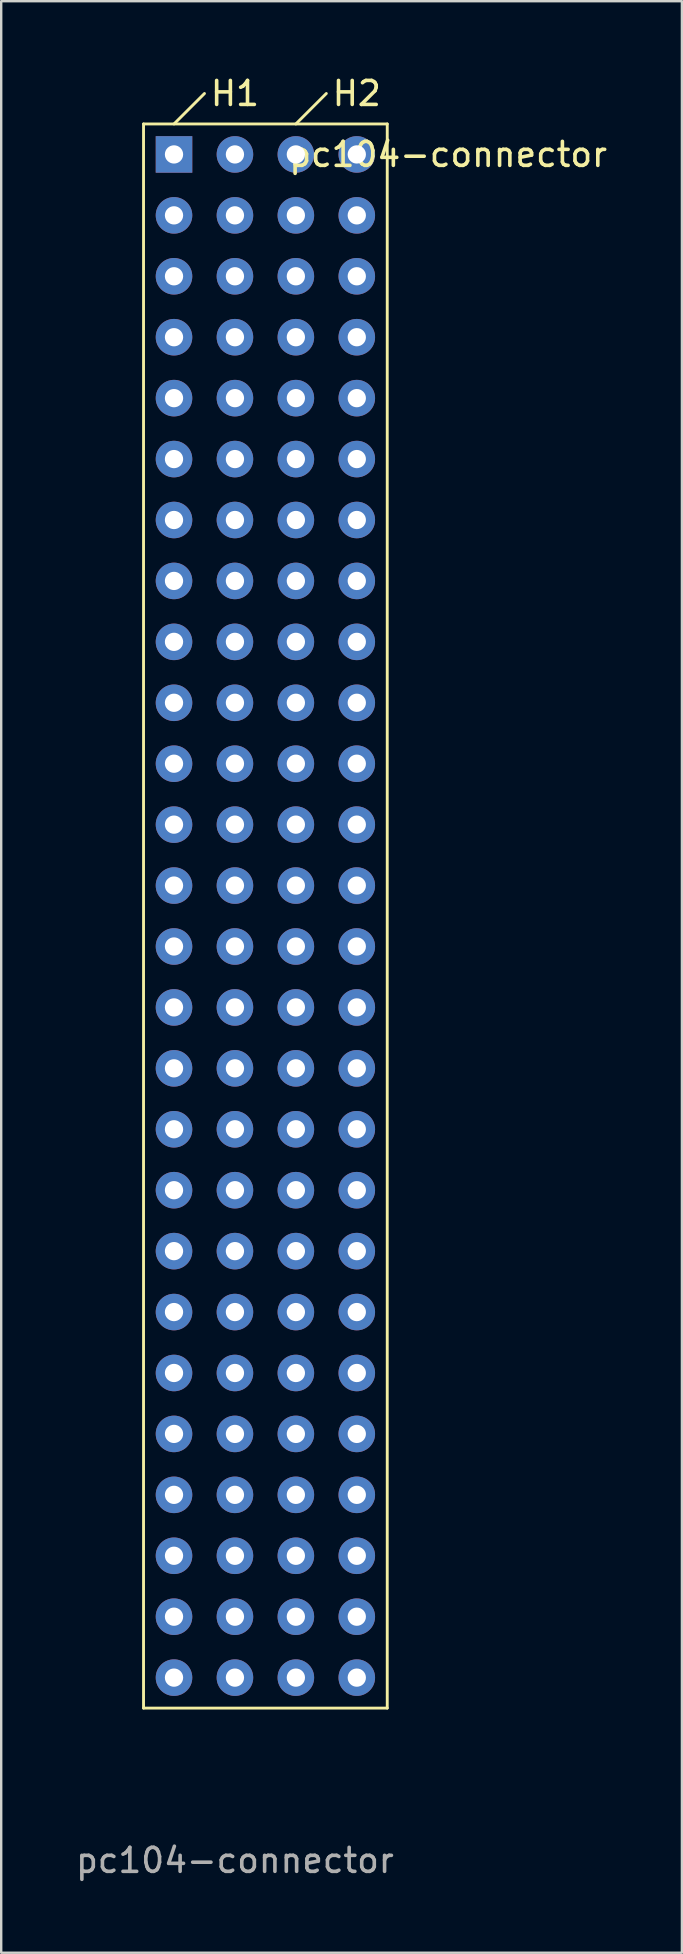
<source format=kicad_pcb>
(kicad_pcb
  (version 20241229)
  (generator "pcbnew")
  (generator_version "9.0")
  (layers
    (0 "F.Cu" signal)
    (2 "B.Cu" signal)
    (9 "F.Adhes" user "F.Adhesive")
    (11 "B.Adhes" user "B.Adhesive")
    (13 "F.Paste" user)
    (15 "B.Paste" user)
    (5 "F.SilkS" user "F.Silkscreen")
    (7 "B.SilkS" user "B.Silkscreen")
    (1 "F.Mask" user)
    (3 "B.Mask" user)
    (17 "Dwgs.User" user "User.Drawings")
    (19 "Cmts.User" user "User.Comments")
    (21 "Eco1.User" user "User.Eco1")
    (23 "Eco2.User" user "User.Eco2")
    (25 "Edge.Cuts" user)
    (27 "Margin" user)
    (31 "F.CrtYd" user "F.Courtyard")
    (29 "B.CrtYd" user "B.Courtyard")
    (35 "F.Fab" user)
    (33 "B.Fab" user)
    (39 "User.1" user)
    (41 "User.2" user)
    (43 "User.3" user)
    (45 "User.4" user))
  (footprint "pc104-connector"
    (layer "F.Cu")
    (at 6.744 33.868)
    (property "Reference" "pc104-connector" (at 8.89 -30.48 0) (unlocked yes) (layer "F.SilkS") (effects (font (size 1 1) (thickness 0.15))))
    (attr through_hole)
    (fp_line (start -3.81 -31.75) (end -3.81 34.29) (stroke (width 0.12) (type solid)) (layer "F.SilkS"))
    (fp_line (start -3.81 34.29) (end 6.35 34.29) (stroke (width 0.12) (type solid)) (layer "F.SilkS"))
    (fp_line (start -2.54 -31.75) (end -1.27 -33.02) (stroke (width 0.12) (type solid)) (layer "F.SilkS"))
    (fp_line (start 2.54 -31.75) (end 3.81 -33.02) (stroke (width 0.12) (type solid)) (layer "F.SilkS"))
    (fp_line (start 6.35 -31.75) (end -3.81 -31.75) (stroke (width 0.12) (type solid)) (layer "F.SilkS"))
    (fp_line (start 6.35 34.29) (end 6.35 -31.75) (stroke (width 0.12) (type solid)) (layer "F.SilkS"))
    (fp_text user "H1" (at 0 -33.02 0) (unlocked yes) (layer "F.SilkS") (effects (font (size 1 1) (thickness 0.15))))
    (fp_text user "H2" (at 5.08 -33.02 0) (unlocked yes) (layer "F.SilkS") (effects (font (size 1 1) (thickness 0.15))))
    (fp_text user "${REFERENCE}" (at 0 40.64 0) (unlocked yes) (layer "F.Fab") (effects (font (size 1 1) (thickness 0.15))))
    (pad "1" thru_hole rect (at -2.54 -30.48) (size 1.524 1.524) (drill 0.762) (layers "*.Cu" "*.Mask"))
    (pad "2" thru_hole circle (at 0 -30.48) (size 1.524 1.524) (drill 0.762) (layers "*.Cu" "*.Mask"))
    (pad "3" thru_hole circle (at -2.54 -27.94) (size 1.524 1.524) (drill 0.762) (layers "*.Cu" "*.Mask"))
    (pad "4" thru_hole circle (at 0 -27.94) (size 1.524 1.524) (drill 0.762) (layers "*.Cu" "*.Mask"))
    (pad "5" thru_hole circle (at -2.54 -25.4) (size 1.524 1.524) (drill 0.762) (layers "*.Cu" "*.Mask"))
    (pad "6" thru_hole circle (at 0 -25.4) (size 1.524 1.524) (drill 0.762) (layers "*.Cu" "*.Mask"))
    (pad "7" thru_hole circle (at -2.54 -22.86) (size 1.524 1.524) (drill 0.762) (layers "*.Cu" "*.Mask"))
    (pad "8" thru_hole circle (at 0 -22.86) (size 1.524 1.524) (drill 0.762) (layers "*.Cu" "*.Mask"))
    (pad "9" thru_hole circle (at -2.54 -20.32) (size 1.524 1.524) (drill 0.762) (layers "*.Cu" "*.Mask"))
    (pad "10" thru_hole circle (at 0 -20.32) (size 1.524 1.524) (drill 0.762) (layers "*.Cu" "*.Mask"))
    (pad "11" thru_hole circle (at -2.54 -17.78) (size 1.524 1.524) (drill 0.762) (layers "*.Cu" "*.Mask"))
    (pad "12" thru_hole circle (at 0 -17.78) (size 1.524 1.524) (drill 0.762) (layers "*.Cu" "*.Mask"))
    (pad "13" thru_hole circle (at -2.54 -15.24) (size 1.524 1.524) (drill 0.762) (layers "*.Cu" "*.Mask"))
    (pad "14" thru_hole circle (at 0 -15.24) (size 1.524 1.524) (drill 0.762) (layers "*.Cu" "*.Mask"))
    (pad "15" thru_hole circle (at -2.54 -12.7) (size 1.524 1.524) (drill 0.762) (layers "*.Cu" "*.Mask"))
    (pad "16" thru_hole circle (at 0 -12.7) (size 1.524 1.524) (drill 0.762) (layers "*.Cu" "*.Mask"))
    (pad "17" thru_hole circle (at -2.54 -10.16) (size 1.524 1.524) (drill 0.762) (layers "*.Cu" "*.Mask"))
    (pad "18" thru_hole circle (at 0 -10.16) (size 1.524 1.524) (drill 0.762) (layers "*.Cu" "*.Mask"))
    (pad "19" thru_hole circle (at -2.54 -7.62) (size 1.524 1.524) (drill 0.762) (layers "*.Cu" "*.Mask"))
    (pad "20" thru_hole circle (at 0 -7.62) (size 1.524 1.524) (drill 0.762) (layers "*.Cu" "*.Mask"))
    (pad "21" thru_hole circle (at -2.54 -5.08) (size 1.524 1.524) (drill 0.762) (layers "*.Cu" "*.Mask"))
    (pad "22" thru_hole circle (at 0 -5.08) (size 1.524 1.524) (drill 0.762) (layers "*.Cu" "*.Mask"))
    (pad "23" thru_hole circle (at -2.54 -2.54) (size 1.524 1.524) (drill 0.762) (layers "*.Cu" "*.Mask"))
    (pad "24" thru_hole circle (at 0 -2.54) (size 1.524 1.524) (drill 0.762) (layers "*.Cu" "*.Mask"))
    (pad "25" thru_hole circle (at -2.54 0) (size 1.524 1.524) (drill 0.762) (layers "*.Cu" "*.Mask"))
    (pad "26" thru_hole circle (at 0 0) (size 1.524 1.524) (drill 0.762) (layers "*.Cu" "*.Mask"))
    (pad "27" thru_hole circle (at -2.54 2.54) (size 1.524 1.524) (drill 0.762) (layers "*.Cu" "*.Mask"))
    (pad "28" thru_hole circle (at 0 2.54) (size 1.524 1.524) (drill 0.762) (layers "*.Cu" "*.Mask"))
    (pad "29" thru_hole circle (at -2.54 5.08) (size 1.524 1.524) (drill 0.762) (layers "*.Cu" "*.Mask"))
    (pad "30" thru_hole circle (at 0 5.08) (size 1.524 1.524) (drill 0.762) (layers "*.Cu" "*.Mask"))
    (pad "31" thru_hole circle (at -2.54 7.62) (size 1.524 1.524) (drill 0.762) (layers "*.Cu" "*.Mask"))
    (pad "32" thru_hole circle (at 0 7.62) (size 1.524 1.524) (drill 0.762) (layers "*.Cu" "*.Mask"))
    (pad "33" thru_hole circle (at -2.54 10.16) (size 1.524 1.524) (drill 0.762) (layers "*.Cu" "*.Mask"))
    (pad "34" thru_hole circle (at 0 10.16) (size 1.524 1.524) (drill 0.762) (layers "*.Cu" "*.Mask"))
    (pad "35" thru_hole circle (at -2.54 12.7) (size 1.524 1.524) (drill 0.762) (layers "*.Cu" "*.Mask"))
    (pad "36" thru_hole circle (at 0 12.7) (size 1.524 1.524) (drill 0.762) (layers "*.Cu" "*.Mask"))
    (pad "37" thru_hole circle (at -2.54 15.24) (size 1.524 1.524) (drill 0.762) (layers "*.Cu" "*.Mask"))
    (pad "38" thru_hole circle (at 0 15.24) (size 1.524 1.524) (drill 0.762) (layers "*.Cu" "*.Mask"))
    (pad "39" thru_hole circle (at -2.54 17.78) (size 1.524 1.524) (drill 0.762) (layers "*.Cu" "*.Mask"))
    (pad "40" thru_hole circle (at 0 17.78) (size 1.524 1.524) (drill 0.762) (layers "*.Cu" "*.Mask"))
    (pad "41" thru_hole circle (at -2.54 20.32) (size 1.524 1.524) (drill 0.762) (layers "*.Cu" "*.Mask"))
    (pad "42" thru_hole circle (at 0 20.32) (size 1.524 1.524) (drill 0.762) (layers "*.Cu" "*.Mask"))
    (pad "43" thru_hole circle (at -2.54 22.86) (size 1.524 1.524) (drill 0.762) (layers "*.Cu" "*.Mask"))
    (pad "44" thru_hole circle (at 0 22.86) (size 1.524 1.524) (drill 0.762) (layers "*.Cu" "*.Mask"))
    (pad "45" thru_hole circle (at -2.54 25.4) (size 1.524 1.524) (drill 0.762) (layers "*.Cu" "*.Mask"))
    (pad "46" thru_hole circle (at 0 25.4) (size 1.524 1.524) (drill 0.762) (layers "*.Cu" "*.Mask"))
    (pad "47" thru_hole circle (at -2.54 27.94) (size 1.524 1.524) (drill 0.762) (layers "*.Cu" "*.Mask"))
    (pad "48" thru_hole circle (at 0 27.94) (size 1.524 1.524) (drill 0.762) (layers "*.Cu" "*.Mask"))
    (pad "49" thru_hole circle (at -2.54 30.48) (size 1.524 1.524) (drill 0.762) (layers "*.Cu" "*.Mask"))
    (pad "50" thru_hole circle (at 0 30.48) (size 1.524 1.524) (drill 0.762) (layers "*.Cu" "*.Mask"))
    (pad "51" thru_hole circle (at -2.54 33.02) (size 1.524 1.524) (drill 0.762) (layers "*.Cu" "*.Mask"))
    (pad "52" thru_hole circle (at 0 33.02) (size 1.524 1.524) (drill 0.762) (layers "*.Cu" "*.Mask"))
    (pad "53" thru_hole circle (at 2.54 -30.48) (size 1.524 1.524) (drill 0.762) (layers "*.Cu" "*.Mask"))
    (pad "54" thru_hole circle (at 5.08 -30.48) (size 1.524 1.524) (drill 0.762) (layers "*.Cu" "*.Mask"))
    (pad "55" thru_hole circle (at 2.54 -27.94) (size 1.524 1.524) (drill 0.762) (layers "*.Cu" "*.Mask"))
    (pad "56" thru_hole circle (at 5.08 -27.94) (size 1.524 1.524) (drill 0.762) (layers "*.Cu" "*.Mask"))
    (pad "57" thru_hole circle (at 2.54 -25.4) (size 1.524 1.524) (drill 0.762) (layers "*.Cu" "*.Mask"))
    (pad "58" thru_hole circle (at 5.08 -25.4) (size 1.524 1.524) (drill 0.762) (layers "*.Cu" "*.Mask"))
    (pad "59" thru_hole circle (at 2.54 -22.86) (size 1.524 1.524) (drill 0.762) (layers "*.Cu" "*.Mask"))
    (pad "60" thru_hole circle (at 5.08 -22.86) (size 1.524 1.524) (drill 0.762) (layers "*.Cu" "*.Mask"))
    (pad "61" thru_hole circle (at 2.54 -20.32) (size 1.524 1.524) (drill 0.762) (layers "*.Cu" "*.Mask"))
    (pad "62" thru_hole circle (at 5.08 -20.32) (size 1.524 1.524) (drill 0.762) (layers "*.Cu" "*.Mask"))
    (pad "63" thru_hole circle (at 2.54 -17.78) (size 1.524 1.524) (drill 0.762) (layers "*.Cu" "*.Mask"))
    (pad "64" thru_hole circle (at 5.08 -17.78) (size 1.524 1.524) (drill 0.762) (layers "*.Cu" "*.Mask"))
    (pad "65" thru_hole circle (at 2.54 -15.24) (size 1.524 1.524) (drill 0.762) (layers "*.Cu" "*.Mask"))
    (pad "66" thru_hole circle (at 5.08 -15.24) (size 1.524 1.524) (drill 0.762) (layers "*.Cu" "*.Mask"))
    (pad "67" thru_hole circle (at 2.54 -12.7) (size 1.524 1.524) (drill 0.762) (layers "*.Cu" "*.Mask"))
    (pad "68" thru_hole circle (at 5.08 -12.7) (size 1.524 1.524) (drill 0.762) (layers "*.Cu" "*.Mask"))
    (pad "69" thru_hole circle (at 2.54 -10.16) (size 1.524 1.524) (drill 0.762) (layers "*.Cu" "*.Mask"))
    (pad "70" thru_hole circle (at 5.08 -10.16) (size 1.524 1.524) (drill 0.762) (layers "*.Cu" "*.Mask"))
    (pad "71" thru_hole circle (at 2.54 -7.62) (size 1.524 1.524) (drill 0.762) (layers "*.Cu" "*.Mask"))
    (pad "72" thru_hole circle (at 5.08 -7.62) (size 1.524 1.524) (drill 0.762) (layers "*.Cu" "*.Mask"))
    (pad "73" thru_hole circle (at 2.54 -5.08) (size 1.524 1.524) (drill 0.762) (layers "*.Cu" "*.Mask"))
    (pad "74" thru_hole circle (at 5.08 -5.08) (size 1.524 1.524) (drill 0.762) (layers "*.Cu" "*.Mask"))
    (pad "75" thru_hole circle (at 2.54 -2.54) (size 1.524 1.524) (drill 0.762) (layers "*.Cu" "*.Mask"))
    (pad "76" thru_hole circle (at 5.08 -2.54) (size 1.524 1.524) (drill 0.762) (layers "*.Cu" "*.Mask"))
    (pad "77" thru_hole circle (at 2.54 0) (size 1.524 1.524) (drill 0.762) (layers "*.Cu" "*.Mask"))
    (pad "78" thru_hole circle (at 5.08 0) (size 1.524 1.524) (drill 0.762) (layers "*.Cu" "*.Mask"))
    (pad "79" thru_hole circle (at 2.54 2.54) (size 1.524 1.524) (drill 0.762) (layers "*.Cu" "*.Mask"))
    (pad "80" thru_hole circle (at 5.08 2.54) (size 1.524 1.524) (drill 0.762) (layers "*.Cu" "*.Mask"))
    (pad "81" thru_hole circle (at 2.54 5.08) (size 1.524 1.524) (drill 0.762) (layers "*.Cu" "*.Mask"))
    (pad "82" thru_hole circle (at 5.08 5.08) (size 1.524 1.524) (drill 0.762) (layers "*.Cu" "*.Mask"))
    (pad "83" thru_hole circle (at 2.54 7.62) (size 1.524 1.524) (drill 0.762) (layers "*.Cu" "*.Mask"))
    (pad "84" thru_hole circle (at 5.08 7.62) (size 1.524 1.524) (drill 0.762) (layers "*.Cu" "*.Mask"))
    (pad "85" thru_hole circle (at 2.54 10.16) (size 1.524 1.524) (drill 0.762) (layers "*.Cu" "*.Mask"))
    (pad "86" thru_hole circle (at 5.08 10.16) (size 1.524 1.524) (drill 0.762) (layers "*.Cu" "*.Mask"))
    (pad "87" thru_hole circle (at 2.54 12.7) (size 1.524 1.524) (drill 0.762) (layers "*.Cu" "*.Mask"))
    (pad "88" thru_hole circle (at 5.08 12.7) (size 1.524 1.524) (drill 0.762) (layers "*.Cu" "*.Mask"))
    (pad "89" thru_hole circle (at 2.54 15.24) (size 1.524 1.524) (drill 0.762) (layers "*.Cu" "*.Mask"))
    (pad "90" thru_hole circle (at 5.08 15.24) (size 1.524 1.524) (drill 0.762) (layers "*.Cu" "*.Mask"))
    (pad "91" thru_hole circle (at 2.54 17.78) (size 1.524 1.524) (drill 0.762) (layers "*.Cu" "*.Mask"))
    (pad "92" thru_hole circle (at 5.08 17.78) (size 1.524 1.524) (drill 0.762) (layers "*.Cu" "*.Mask"))
    (pad "93" thru_hole circle (at 2.54 20.32) (size 1.524 1.524) (drill 0.762) (layers "*.Cu" "*.Mask"))
    (pad "94" thru_hole circle (at 5.08 20.32) (size 1.524 1.524) (drill 0.762) (layers "*.Cu" "*.Mask"))
    (pad "95" thru_hole circle (at 2.54 22.86) (size 1.524 1.524) (drill 0.762) (layers "*.Cu" "*.Mask"))
    (pad "96" thru_hole circle (at 5.08 22.86) (size 1.524 1.524) (drill 0.762) (layers "*.Cu" "*.Mask"))
    (pad "97" thru_hole circle (at 2.54 25.4) (size 1.524 1.524) (drill 0.762) (layers "*.Cu" "*.Mask"))
    (pad "98" thru_hole circle (at 5.08 25.4) (size 1.524 1.524) (drill 0.762) (layers "*.Cu" "*.Mask"))
    (pad "99" thru_hole circle (at 2.54 27.94) (size 1.524 1.524) (drill 0.762) (layers "*.Cu" "*.Mask"))
    (pad "100" thru_hole circle (at 5.08 27.94) (size 1.524 1.524) (drill 0.762) (layers "*.Cu" "*.Mask"))
    (pad "101" thru_hole circle (at 2.54 30.48) (size 1.524 1.524) (drill 0.762) (layers "*.Cu" "*.Mask"))
    (pad "102" thru_hole circle (at 5.08 30.48) (size 1.524 1.524) (drill 0.762) (layers "*.Cu" "*.Mask"))
    (pad "103" thru_hole circle (at 2.54 33.02) (size 1.524 1.524) (drill 0.762) (layers "*.Cu" "*.Mask"))
    (pad "104" thru_hole circle (at 5.08 33.02) (size 1.524 1.524) (drill 0.762) (layers "*.Cu" "*.Mask")))
  (gr_rect
    (start -3 -3)
    (end 25.378 78.356)
    (stroke (width 0.1) (type default))
    (fill no)
    (layer "Edge.Cuts")))
</source>
